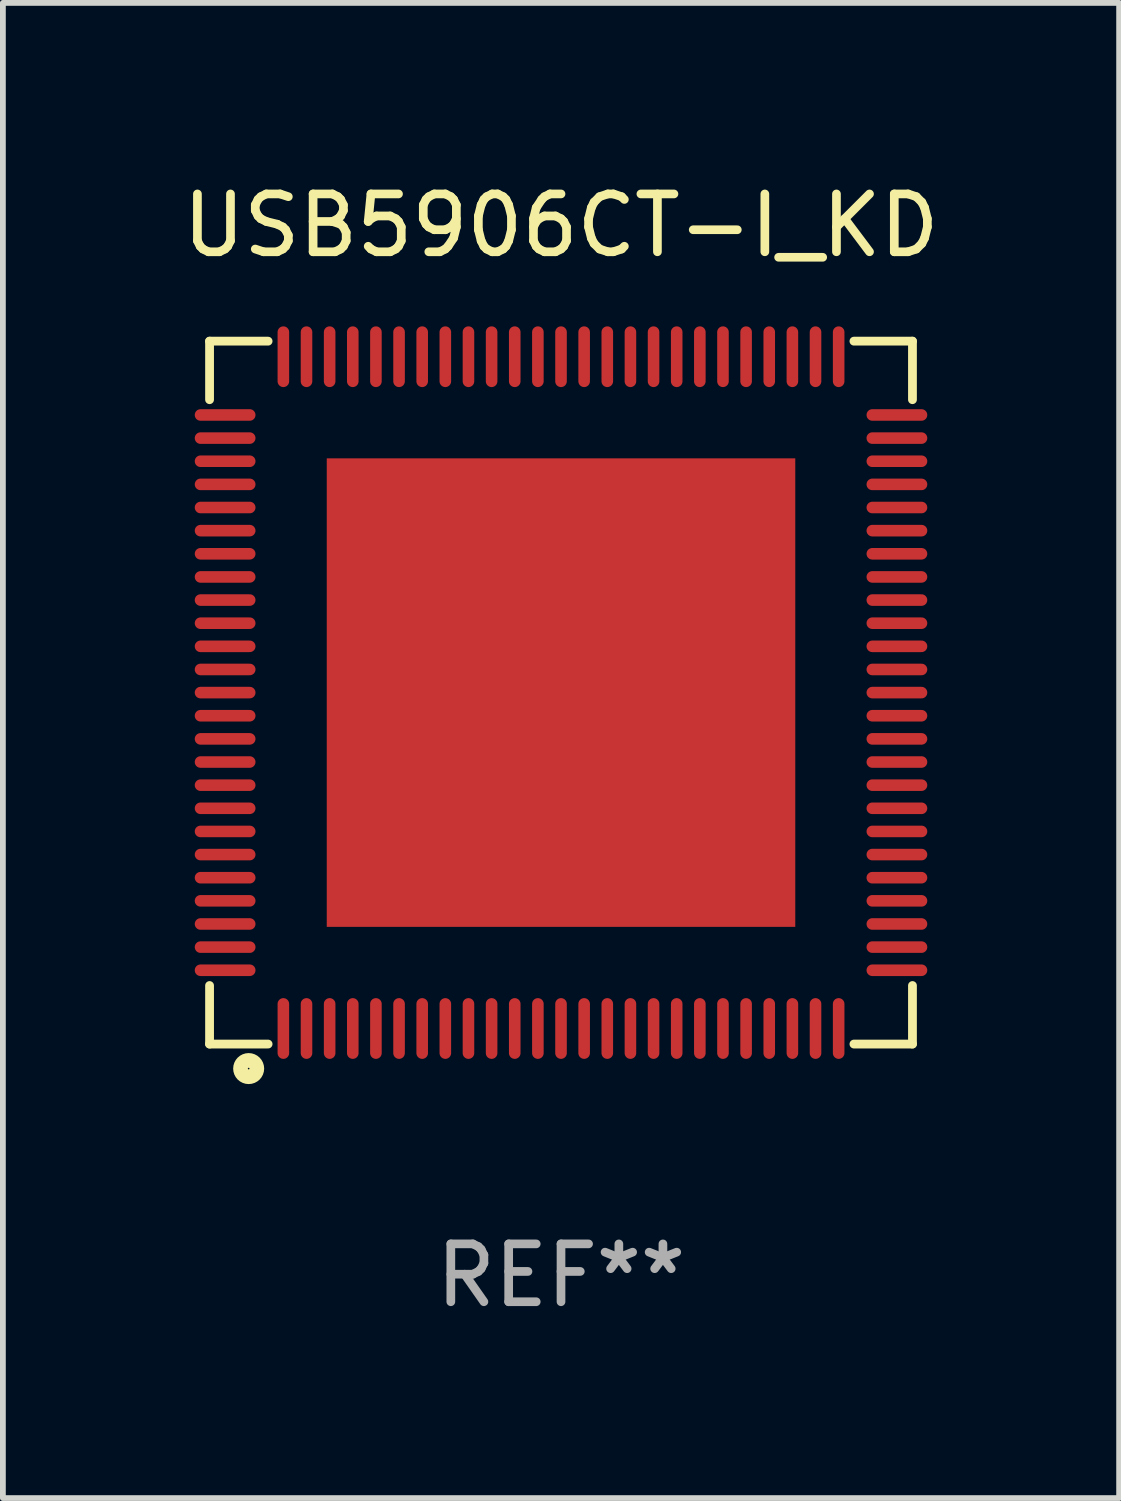
<source format=kicad_pcb>
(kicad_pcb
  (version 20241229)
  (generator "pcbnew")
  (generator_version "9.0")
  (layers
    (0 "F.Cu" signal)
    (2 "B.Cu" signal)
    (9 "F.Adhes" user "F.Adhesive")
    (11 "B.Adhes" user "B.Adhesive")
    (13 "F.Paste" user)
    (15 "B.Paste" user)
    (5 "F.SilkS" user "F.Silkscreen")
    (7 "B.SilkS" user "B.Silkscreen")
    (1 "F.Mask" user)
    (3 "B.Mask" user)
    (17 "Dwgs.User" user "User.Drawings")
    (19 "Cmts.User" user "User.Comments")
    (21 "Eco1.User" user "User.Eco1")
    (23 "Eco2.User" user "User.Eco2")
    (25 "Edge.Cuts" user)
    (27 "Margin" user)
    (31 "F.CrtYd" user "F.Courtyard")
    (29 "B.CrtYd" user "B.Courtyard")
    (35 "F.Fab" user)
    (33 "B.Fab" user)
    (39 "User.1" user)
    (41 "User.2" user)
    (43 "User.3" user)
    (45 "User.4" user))
  (footprint "USB5906CT-I_KD"
    (layer "F.Cu")
    (at 6.649 8.924)
    (property "Reference" "USB5906CT-I_KD" (at 0 -8.076 0) (layer "F.SilkS") (effects (font (size 1 1) (thickness 0.15))))
    (attr through_hole)
    (fp_line (start -6.076 -6.076) (end -6.076 -5.064) (stroke (width 0.152) (type solid)) (layer "F.SilkS"))
    (fp_line (start -6.076 6.076) (end -6.076 5.064) (stroke (width 0.152) (type solid)) (layer "F.SilkS"))
    (fp_line (start -5.064 -6.076) (end -6.076 -6.076) (stroke (width 0.152) (type solid)) (layer "F.SilkS"))
    (fp_line (start -5.064 6.076) (end -6.076 6.076) (stroke (width 0.152) (type solid)) (layer "F.SilkS"))
    (fp_line (start 5.064 -6.076) (end 6.076 -6.076) (stroke (width 0.152) (type solid)) (layer "F.SilkS"))
    (fp_line (start 5.064 6.076) (end 6.076 6.076) (stroke (width 0.152) (type solid)) (layer "F.SilkS"))
    (fp_line (start 6.076 -6.076) (end 6.076 -5.064) (stroke (width 0.152) (type solid)) (layer "F.SilkS"))
    (fp_line (start 6.076 6.076) (end 6.076 5.064) (stroke (width 0.152) (type solid)) (layer "F.SilkS"))
    (fp_circle (center -5.4 6.5) (end -5.259 6.5) (stroke (width 0.254) (type solid)) (fill no) (layer "F.SilkS"))
    (fp_text user "REF**" (at 0 10.076 0) (layer "F.Fab") (effects (font (size 1 1) (thickness 0.15))))
    (pad "1" smd oval (at -4.8 5.807 90) (size 1.05 0.2) (layers "F.Cu" "F.Mask" "F.Paste"))
    (pad "2" smd oval (at -4.4 5.807 90) (size 1.05 0.2) (layers "F.Cu" "F.Mask" "F.Paste"))
    (pad "3" smd oval (at -4 5.807 90) (size 1.05 0.2) (layers "F.Cu" "F.Mask" "F.Paste"))
    (pad "4" smd oval (at -3.6 5.807 90) (size 1.05 0.2) (layers "F.Cu" "F.Mask" "F.Paste"))
    (pad "5" smd oval (at -3.2 5.807 90) (size 1.05 0.2) (layers "F.Cu" "F.Mask" "F.Paste"))
    (pad "6" smd oval (at -2.8 5.807 90) (size 1.05 0.2) (layers "F.Cu" "F.Mask" "F.Paste"))
    (pad "7" smd oval (at -2.4 5.807 90) (size 1.05 0.2) (layers "F.Cu" "F.Mask" "F.Paste"))
    (pad "8" smd oval (at -2 5.807 90) (size 1.05 0.2) (layers "F.Cu" "F.Mask" "F.Paste"))
    (pad "9" smd oval (at -1.6 5.807 90) (size 1.05 0.2) (layers "F.Cu" "F.Mask" "F.Paste"))
    (pad "10" smd oval (at -1.2 5.807 90) (size 1.05 0.2) (layers "F.Cu" "F.Mask" "F.Paste"))
    (pad "11" smd oval (at -0.8 5.807 90) (size 1.05 0.2) (layers "F.Cu" "F.Mask" "F.Paste"))
    (pad "12" smd oval (at -0.4 5.807 90) (size 1.05 0.2) (layers "F.Cu" "F.Mask" "F.Paste"))
    (pad "13" smd oval (at 0 5.807 90) (size 1.05 0.2) (layers "F.Cu" "F.Mask" "F.Paste"))
    (pad "14" smd oval (at 0.4 5.807 90) (size 1.05 0.2) (layers "F.Cu" "F.Mask" "F.Paste"))
    (pad "15" smd oval (at 0.8 5.807 90) (size 1.05 0.2) (layers "F.Cu" "F.Mask" "F.Paste"))
    (pad "16" smd oval (at 1.2 5.807 90) (size 1.05 0.2) (layers "F.Cu" "F.Mask" "F.Paste"))
    (pad "17" smd oval (at 1.6 5.807 90) (size 1.05 0.2) (layers "F.Cu" "F.Mask" "F.Paste"))
    (pad "18" smd oval (at 2 5.807 90) (size 1.05 0.2) (layers "F.Cu" "F.Mask" "F.Paste"))
    (pad "19" smd oval (at 2.4 5.807 90) (size 1.05 0.2) (layers "F.Cu" "F.Mask" "F.Paste"))
    (pad "20" smd oval (at 2.8 5.807 90) (size 1.05 0.2) (layers "F.Cu" "F.Mask" "F.Paste"))
    (pad "21" smd oval (at 3.2 5.807 90) (size 1.05 0.2) (layers "F.Cu" "F.Mask" "F.Paste"))
    (pad "22" smd oval (at 3.6 5.807 90) (size 1.05 0.2) (layers "F.Cu" "F.Mask" "F.Paste"))
    (pad "23" smd oval (at 4 5.807 90) (size 1.05 0.2) (layers "F.Cu" "F.Mask" "F.Paste"))
    (pad "24" smd oval (at 4.4 5.807 90) (size 1.05 0.2) (layers "F.Cu" "F.Mask" "F.Paste"))
    (pad "25" smd oval (at 4.8 5.807 90) (size 1.05 0.2) (layers "F.Cu" "F.Mask" "F.Paste"))
    (pad "26" smd oval (at 5.807 4.8 90) (size 0.2 1.05) (layers "F.Cu" "F.Mask" "F.Paste"))
    (pad "27" smd oval (at 5.807 4.4 90) (size 0.2 1.05) (layers "F.Cu" "F.Mask" "F.Paste"))
    (pad "28" smd oval (at 5.807 4 90) (size 0.2 1.05) (layers "F.Cu" "F.Mask" "F.Paste"))
    (pad "29" smd oval (at 5.807 3.6 90) (size 0.2 1.05) (layers "F.Cu" "F.Mask" "F.Paste"))
    (pad "30" smd oval (at 5.807 3.2 90) (size 0.2 1.05) (layers "F.Cu" "F.Mask" "F.Paste"))
    (pad "31" smd oval (at 5.807 2.8 90) (size 0.2 1.05) (layers "F.Cu" "F.Mask" "F.Paste"))
    (pad "32" smd oval (at 5.807 2.4 90) (size 0.2 1.05) (layers "F.Cu" "F.Mask" "F.Paste"))
    (pad "33" smd oval (at 5.807 2 90) (size 0.2 1.05) (layers "F.Cu" "F.Mask" "F.Paste"))
    (pad "34" smd oval (at 5.807 1.6 90) (size 0.2 1.05) (layers "F.Cu" "F.Mask" "F.Paste"))
    (pad "35" smd oval (at 5.807 1.2 90) (size 0.2 1.05) (layers "F.Cu" "F.Mask" "F.Paste"))
    (pad "36" smd oval (at 5.807 0.8 90) (size 0.2 1.05) (layers "F.Cu" "F.Mask" "F.Paste"))
    (pad "37" smd oval (at 5.807 0.4 90) (size 0.2 1.05) (layers "F.Cu" "F.Mask" "F.Paste"))
    (pad "38" smd oval (at 5.807 0 90) (size 0.2 1.05) (layers "F.Cu" "F.Mask" "F.Paste"))
    (pad "39" smd oval (at 5.807 -0.4 90) (size 0.2 1.05) (layers "F.Cu" "F.Mask" "F.Paste"))
    (pad "40" smd oval (at 5.807 -0.8 90) (size 0.2 1.05) (layers "F.Cu" "F.Mask" "F.Paste"))
    (pad "41" smd oval (at 5.807 -1.2 90) (size 0.2 1.05) (layers "F.Cu" "F.Mask" "F.Paste"))
    (pad "42" smd oval (at 5.807 -1.6 90) (size 0.2 1.05) (layers "F.Cu" "F.Mask" "F.Paste"))
    (pad "43" smd oval (at 5.807 -2 90) (size 0.2 1.05) (layers "F.Cu" "F.Mask" "F.Paste"))
    (pad "44" smd oval (at 5.807 -2.4 90) (size 0.2 1.05) (layers "F.Cu" "F.Mask" "F.Paste"))
    (pad "45" smd oval (at 5.807 -2.8 90) (size 0.2 1.05) (layers "F.Cu" "F.Mask" "F.Paste"))
    (pad "46" smd oval (at 5.807 -3.2 90) (size 0.2 1.05) (layers "F.Cu" "F.Mask" "F.Paste"))
    (pad "47" smd oval (at 5.807 -3.6 90) (size 0.2 1.05) (layers "F.Cu" "F.Mask" "F.Paste"))
    (pad "48" smd oval (at 5.807 -4 90) (size 0.2 1.05) (layers "F.Cu" "F.Mask" "F.Paste"))
    (pad "49" smd oval (at 5.807 -4.4 90) (size 0.2 1.05) (layers "F.Cu" "F.Mask" "F.Paste"))
    (pad "50" smd oval (at 5.807 -4.8 90) (size 0.2 1.05) (layers "F.Cu" "F.Mask" "F.Paste"))
    (pad "51" smd oval (at 4.8 -5.807 90) (size 1.05 0.2) (layers "F.Cu" "F.Mask" "F.Paste"))
    (pad "52" smd oval (at 4.4 -5.807 90) (size 1.05 0.2) (layers "F.Cu" "F.Mask" "F.Paste"))
    (pad "53" smd oval (at 4 -5.807 90) (size 1.05 0.2) (layers "F.Cu" "F.Mask" "F.Paste"))
    (pad "54" smd oval (at 3.6 -5.807 90) (size 1.05 0.2) (layers "F.Cu" "F.Mask" "F.Paste"))
    (pad "55" smd oval (at 3.2 -5.807 90) (size 1.05 0.2) (layers "F.Cu" "F.Mask" "F.Paste"))
    (pad "56" smd oval (at 2.8 -5.807 90) (size 1.05 0.2) (layers "F.Cu" "F.Mask" "F.Paste"))
    (pad "57" smd oval (at 2.4 -5.807 90) (size 1.05 0.2) (layers "F.Cu" "F.Mask" "F.Paste"))
    (pad "58" smd oval (at 2 -5.807 90) (size 1.05 0.2) (layers "F.Cu" "F.Mask" "F.Paste"))
    (pad "59" smd oval (at 1.6 -5.807 90) (size 1.05 0.2) (layers "F.Cu" "F.Mask" "F.Paste"))
    (pad "60" smd oval (at 1.2 -5.807 90) (size 1.05 0.2) (layers "F.Cu" "F.Mask" "F.Paste"))
    (pad "61" smd oval (at 0.8 -5.807 90) (size 1.05 0.2) (layers "F.Cu" "F.Mask" "F.Paste"))
    (pad "62" smd oval (at 0.4 -5.807 90) (size 1.05 0.2) (layers "F.Cu" "F.Mask" "F.Paste"))
    (pad "63" smd oval (at 0 -5.807 90) (size 1.05 0.2) (layers "F.Cu" "F.Mask" "F.Paste"))
    (pad "64" smd oval (at -0.4 -5.807 90) (size 1.05 0.2) (layers "F.Cu" "F.Mask" "F.Paste"))
    (pad "65" smd oval (at -0.8 -5.807 90) (size 1.05 0.2) (layers "F.Cu" "F.Mask" "F.Paste"))
    (pad "66" smd oval (at -1.2 -5.807 90) (size 1.05 0.2) (layers "F.Cu" "F.Mask" "F.Paste"))
    (pad "67" smd oval (at -1.6 -5.807 90) (size 1.05 0.2) (layers "F.Cu" "F.Mask" "F.Paste"))
    (pad "68" smd oval (at -2 -5.807 90) (size 1.05 0.2) (layers "F.Cu" "F.Mask" "F.Paste"))
    (pad "69" smd oval (at -2.4 -5.807 90) (size 1.05 0.2) (layers "F.Cu" "F.Mask" "F.Paste"))
    (pad "70" smd oval (at -2.8 -5.807 90) (size 1.05 0.2) (layers "F.Cu" "F.Mask" "F.Paste"))
    (pad "71" smd oval (at -3.2 -5.807 90) (size 1.05 0.2) (layers "F.Cu" "F.Mask" "F.Paste"))
    (pad "72" smd oval (at -3.6 -5.807 90) (size 1.05 0.2) (layers "F.Cu" "F.Mask" "F.Paste"))
    (pad "73" smd oval (at -4 -5.807 90) (size 1.05 0.2) (layers "F.Cu" "F.Mask" "F.Paste"))
    (pad "74" smd oval (at -4.4 -5.807 90) (size 1.05 0.2) (layers "F.Cu" "F.Mask" "F.Paste"))
    (pad "75" smd oval (at -4.8 -5.807 90) (size 1.05 0.2) (layers "F.Cu" "F.Mask" "F.Paste"))
    (pad "76" smd oval (at -5.807 -4.8 90) (size 0.2 1.05) (layers "F.Cu" "F.Mask" "F.Paste"))
    (pad "77" smd oval (at -5.807 -4.4 90) (size 0.2 1.05) (layers "F.Cu" "F.Mask" "F.Paste"))
    (pad "78" smd oval (at -5.807 -4 90) (size 0.2 1.05) (layers "F.Cu" "F.Mask" "F.Paste"))
    (pad "79" smd oval (at -5.807 -3.6 90) (size 0.2 1.05) (layers "F.Cu" "F.Mask" "F.Paste"))
    (pad "80" smd oval (at -5.807 -3.2 90) (size 0.2 1.05) (layers "F.Cu" "F.Mask" "F.Paste"))
    (pad "81" smd oval (at -5.807 -2.8 90) (size 0.2 1.05) (layers "F.Cu" "F.Mask" "F.Paste"))
    (pad "82" smd oval (at -5.807 -2.4 90) (size 0.2 1.05) (layers "F.Cu" "F.Mask" "F.Paste"))
    (pad "83" smd oval (at -5.807 -2 90) (size 0.2 1.05) (layers "F.Cu" "F.Mask" "F.Paste"))
    (pad "84" smd oval (at -5.807 -1.6 90) (size 0.2 1.05) (layers "F.Cu" "F.Mask" "F.Paste"))
    (pad "85" smd oval (at -5.807 -1.2 90) (size 0.2 1.05) (layers "F.Cu" "F.Mask" "F.Paste"))
    (pad "86" smd oval (at -5.807 -0.8 90) (size 0.2 1.05) (layers "F.Cu" "F.Mask" "F.Paste"))
    (pad "87" smd oval (at -5.807 -0.4 90) (size 0.2 1.05) (layers "F.Cu" "F.Mask" "F.Paste"))
    (pad "88" smd oval (at -5.807 0 90) (size 0.2 1.05) (layers "F.Cu" "F.Mask" "F.Paste"))
    (pad "89" smd oval (at -5.807 0.4 90) (size 0.2 1.05) (layers "F.Cu" "F.Mask" "F.Paste"))
    (pad "90" smd oval (at -5.807 0.8 90) (size 0.2 1.05) (layers "F.Cu" "F.Mask" "F.Paste"))
    (pad "91" smd oval (at -5.807 1.2 90) (size 0.2 1.05) (layers "F.Cu" "F.Mask" "F.Paste"))
    (pad "92" smd oval (at -5.807 1.6 90) (size 0.2 1.05) (layers "F.Cu" "F.Mask" "F.Paste"))
    (pad "93" smd oval (at -5.807 2 90) (size 0.2 1.05) (layers "F.Cu" "F.Mask" "F.Paste"))
    (pad "94" smd oval (at -5.807 2.4 90) (size 0.2 1.05) (layers "F.Cu" "F.Mask" "F.Paste"))
    (pad "95" smd oval (at -5.807 2.8 90) (size 0.2 1.05) (layers "F.Cu" "F.Mask" "F.Paste"))
    (pad "96" smd oval (at -5.807 3.2 90) (size 0.2 1.05) (layers "F.Cu" "F.Mask" "F.Paste"))
    (pad "97" smd oval (at -5.807 3.6 90) (size 0.2 1.05) (layers "F.Cu" "F.Mask" "F.Paste"))
    (pad "98" smd oval (at -5.807 4 90) (size 0.2 1.05) (layers "F.Cu" "F.Mask" "F.Paste"))
    (pad "99" smd oval (at -5.807 4.4 90) (size 0.2 1.05) (layers "F.Cu" "F.Mask" "F.Paste"))
    (pad "100" smd oval (at -5.807 4.8 90) (size 0.2 1.05) (layers "F.Cu" "F.Mask" "F.Paste"))
    (pad "101" smd rect (at 0 0 90) (size 8.1 8.1) (layers "F.Cu" "F.Mask" "F.Paste")))
  (gr_rect
    (start -3 -3)
    (end 16.298 22.849)
    (stroke (width 0.1) (type default))
    (fill no)
    (layer "Edge.Cuts")))
</source>
